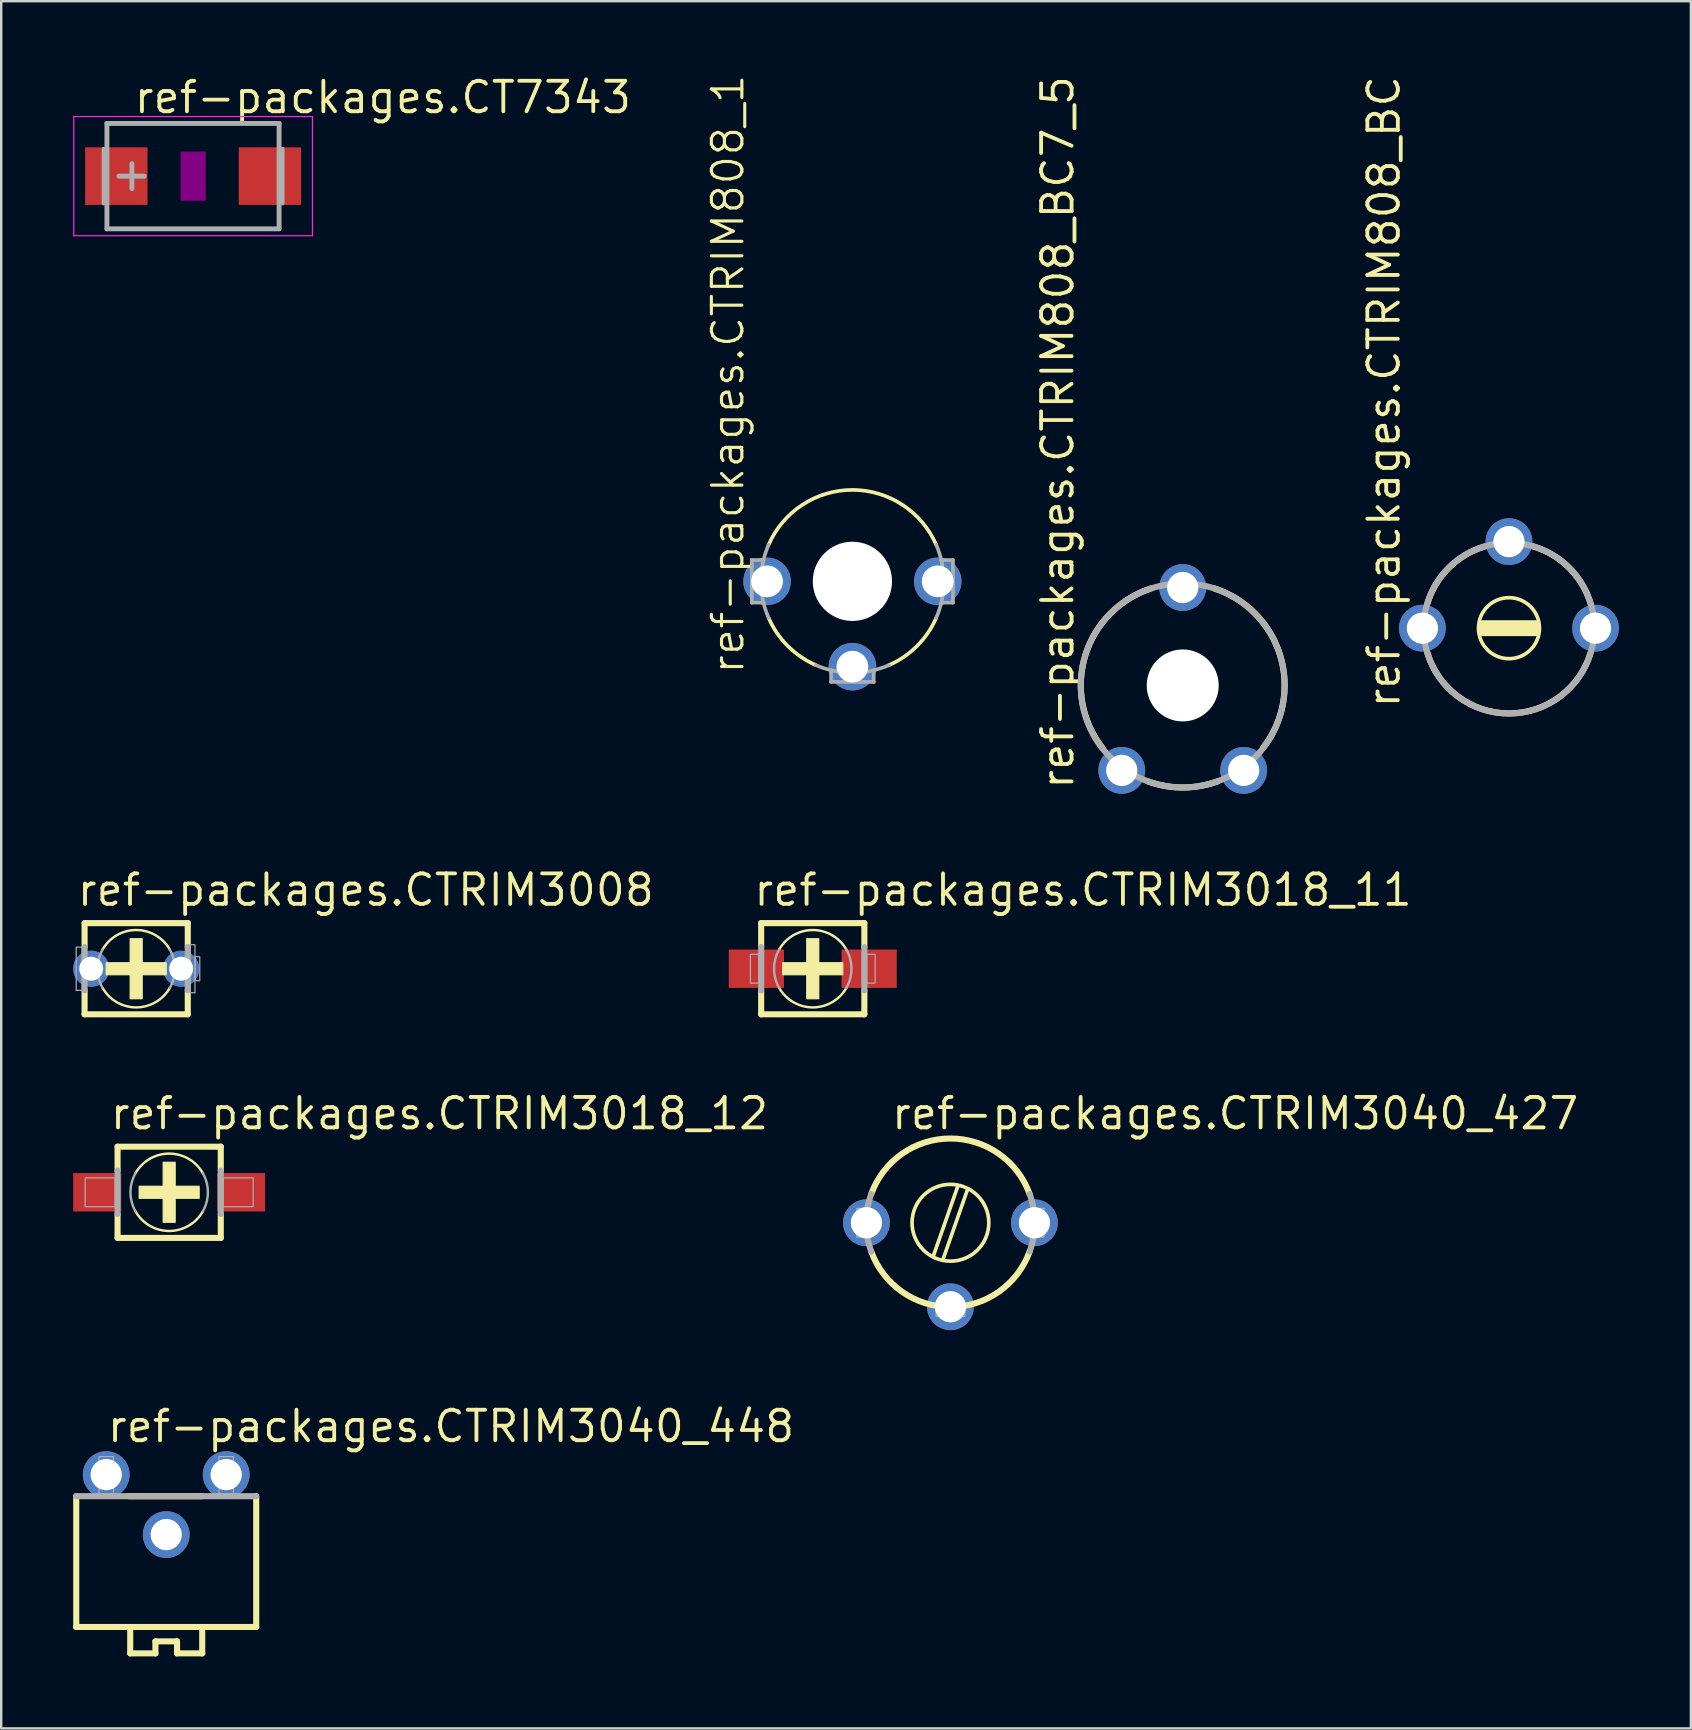
<source format=kicad_pcb>
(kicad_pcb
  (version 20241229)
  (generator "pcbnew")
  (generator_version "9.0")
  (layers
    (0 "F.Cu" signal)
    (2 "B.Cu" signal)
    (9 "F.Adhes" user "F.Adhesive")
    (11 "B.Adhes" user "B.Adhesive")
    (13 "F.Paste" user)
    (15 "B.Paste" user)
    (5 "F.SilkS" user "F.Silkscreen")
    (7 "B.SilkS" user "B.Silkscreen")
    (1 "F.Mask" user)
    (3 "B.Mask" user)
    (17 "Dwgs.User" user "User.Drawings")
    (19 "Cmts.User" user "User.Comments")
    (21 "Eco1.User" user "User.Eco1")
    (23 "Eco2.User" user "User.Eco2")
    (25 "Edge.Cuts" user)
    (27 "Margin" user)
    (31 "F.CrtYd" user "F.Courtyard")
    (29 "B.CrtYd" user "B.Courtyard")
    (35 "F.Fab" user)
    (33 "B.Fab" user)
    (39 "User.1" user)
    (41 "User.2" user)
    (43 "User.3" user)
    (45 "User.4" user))
  (footprint "ref-packages.CT7343"
    (layer "F.Cu")
    (at 4.998 4.29)
    (property "Reference" "ref-packages.CT7343" (at -2.54 -2.54 0) (layer "F.SilkS") (effects (font (size 1.27 1.27) (thickness 0.16)) (justify left bottom)))
    (attr smd)
    (fp_rect (start -0.5 1) (end 0.5 -1) (stroke (width 0.05) (type default)) (fill yes) (layer "F.Adhes"))
    (fp_line (start -4.973 -2.483) (end 4.973 -2.483) (stroke (width 0.051) (type default)) (layer "F.CrtYd"))
    (fp_line (start -4.973 2.483) (end -4.973 -2.483) (stroke (width 0.051) (type default)) (layer "F.CrtYd"))
    (fp_line (start 4.973 -2.483) (end 4.973 2.483) (stroke (width 0.051) (type default)) (layer "F.CrtYd"))
    (fp_line (start 4.973 2.483) (end -4.973 2.483) (stroke (width 0.051) (type default)) (layer "F.CrtYd"))
    (fp_line (start -3.734 -1.143) (end -3.734 1.143) (stroke (width 0.152) (type default)) (layer "F.Fab"))
    (fp_line (start -3.592 2.195) (end -3.592 -2.195) (stroke (width 0.203) (type default)) (layer "F.Fab"))
    (fp_line (start -2.55 -0.52) (end -2.55 0.52) (stroke (width 0.203) (type default)) (layer "F.Fab"))
    (fp_line (start -2.04 0) (end -3.09 0) (stroke (width 0.203) (type default)) (layer "F.Fab"))
    (fp_line (start 3.582 -2.195) (end -3.592 -2.195) (stroke (width 0.203) (type default)) (layer "F.Fab"))
    (fp_line (start 3.582 2.195) (end -3.592 2.195) (stroke (width 0.203) (type default)) (layer "F.Fab"))
    (fp_line (start 3.582 2.195) (end 3.582 -2.195) (stroke (width 0.203) (type default)) (layer "F.Fab"))
    (fp_line (start 3.734 -1.143) (end 3.734 1.143) (stroke (width 0.152) (type default)) (layer "F.Fab"))
    (pad "+" smd roundrect (at -3.2 0) (size 2.6 2.4) (layers "F.Cu" "F.Mask" "F.Paste") (roundrect_rratio 0.01))
    (pad "-" smd roundrect (at 3.2 0) (size 2.6 2.4) (layers "F.Cu" "F.Mask" "F.Paste") (roundrect_rratio 0.01)))
  (footprint "ref-packages.CTRIM3018_12"
    (layer "F.Cu")
    (at 4 46.636)
    (property "Reference" "ref-packages.CTRIM3018_12" (at -2.54 -2.54 0) (layer "F.SilkS") (effects (font (size 1.27 1.27) (thickness 0.16)) (justify left bottom)))
    (attr smd)
    (fp_line (start -2.15 -1.9) (end 2.15 -1.9) (stroke (width 0.254) (type default)) (layer "F.SilkS"))
    (fp_line (start -2.15 -0.9) (end -2.15 -1.9) (stroke (width 0.254) (type default)) (layer "F.SilkS"))
    (fp_line (start -2.15 1.9) (end -2.15 0.9) (stroke (width 0.254) (type default)) (layer "F.SilkS"))
    (fp_line (start 2.15 -1.9) (end 2.15 -0.9) (stroke (width 0.254) (type default)) (layer "F.SilkS"))
    (fp_line (start 2.15 0.9) (end 2.15 1.9) (stroke (width 0.254) (type default)) (layer "F.SilkS"))
    (fp_line (start 2.15 1.9) (end -2.15 1.9) (stroke (width 0.254) (type default)) (layer "F.SilkS"))
    (fp_rect (start -1.25 0.25) (end 1.25 -0.25) (stroke (width 0.05) (type default)) (fill yes) (layer "F.SilkS"))
    (fp_rect (start -0.25 1.25) (end 0.25 -1.25) (stroke (width 0.05) (type default)) (fill yes) (layer "F.SilkS"))
    (fp_arc (start -1.4 -0.8) (mid 0 -1.612452) (end 1.4 -0.8) (stroke (width 0.1016) (type default)) (layer "F.SilkS"))
    (fp_arc (start 1.4 0.8) (mid 0 1.612452) (end -1.4 0.8) (stroke (width 0.1016) (type default)) (layer "F.SilkS"))
    (fp_line (start -2.15 0.9) (end -2.15 -0.9) (stroke (width 0.254) (type default)) (layer "F.Fab"))
    (fp_line (start 2.15 -0.9) (end 2.15 0.9) (stroke (width 0.254) (type default)) (layer "F.Fab"))
    (fp_rect (start -3.5 0.6) (end -2.25 -0.6) (stroke (width 0.05) (type default)) (fill no) (layer "F.Fab"))
    (fp_rect (start 2.25 0.6) (end 3.5 -0.6) (stroke (width 0.05) (type default)) (fill no) (layer "F.Fab"))
    (fp_arc (start -1.4 0.8) (mid -1.612452 0) (end -1.4 -0.8) (stroke (width 0.1016) (type default)) (layer "F.Fab"))
    (fp_arc (start 1.4 -0.8) (mid 1.612452 0) (end 1.4 0.8) (stroke (width 0.1016) (type default)) (layer "F.Fab"))
    (pad "+" smd roundrect (at -3 0) (size 2 1.6) (layers "F.Cu" "F.Mask" "F.Paste") (roundrect_rratio 0.01))
    (pad "-" smd roundrect (at 3 0) (size 2 1.6) (layers "F.Cu" "F.Mask" "F.Paste") (roundrect_rratio 0.01)))
  (footprint "ref-packages.CTRIM3018_11"
    (layer "F.Cu")
    (at 30.82 37.319)
    (property "Reference" "ref-packages.CTRIM3018_11" (at -2.54 -2.54 0) (layer "F.SilkS") (effects (font (size 1.27 1.27) (thickness 0.16)) (justify left bottom)))
    (attr smd)
    (fp_line (start -2.15 -1.9) (end 2.15 -1.9) (stroke (width 0.254) (type default)) (layer "F.SilkS"))
    (fp_line (start -2.15 -0.9) (end -2.15 -1.9) (stroke (width 0.254) (type default)) (layer "F.SilkS"))
    (fp_line (start -2.15 1.9) (end -2.15 0.9) (stroke (width 0.254) (type default)) (layer "F.SilkS"))
    (fp_line (start 2.15 -1.9) (end 2.15 -0.9) (stroke (width 0.254) (type default)) (layer "F.SilkS"))
    (fp_line (start 2.15 0.9) (end 2.15 1.9) (stroke (width 0.254) (type default)) (layer "F.SilkS"))
    (fp_line (start 2.15 1.9) (end -2.15 1.9) (stroke (width 0.254) (type default)) (layer "F.SilkS"))
    (fp_rect (start -1.25 0.25) (end 1.25 -0.25) (stroke (width 0.05) (type default)) (fill yes) (layer "F.SilkS"))
    (fp_rect (start -0.25 1.25) (end 0.25 -1.25) (stroke (width 0.05) (type default)) (fill yes) (layer "F.SilkS"))
    (fp_arc (start -1.4 -0.8) (mid 0 -1.612452) (end 1.4 -0.8) (stroke (width 0.1016) (type default)) (layer "F.SilkS"))
    (fp_arc (start 1.4 0.8) (mid 0 1.612452) (end -1.4 0.8) (stroke (width 0.1016) (type default)) (layer "F.SilkS"))
    (fp_line (start -2.15 0.9) (end -2.15 -0.9) (stroke (width 0.254) (type default)) (layer "F.Fab"))
    (fp_line (start 2.15 -0.9) (end 2.15 0.9) (stroke (width 0.254) (type default)) (layer "F.Fab"))
    (fp_rect (start -2.6 0.6) (end -2.25 -0.6) (stroke (width 0.05) (type default)) (fill no) (layer "F.Fab"))
    (fp_rect (start 2.25 0.6) (end 2.6 -0.6) (stroke (width 0.05) (type default)) (fill no) (layer "F.Fab"))
    (fp_arc (start -1.4 0.8) (mid -1.612452 0) (end -1.4 -0.8) (stroke (width 0.1016) (type default)) (layer "F.Fab"))
    (fp_arc (start 1.4 -0.8) (mid 1.612452 0) (end 1.4 0.8) (stroke (width 0.1016) (type default)) (layer "F.Fab"))
    (pad "+" smd roundrect (at -2.35 0) (size 2.3 1.6) (layers "F.Cu" "F.Mask" "F.Paste") (roundrect_rratio 0.01))
    (pad "-" smd roundrect (at 2.35 0) (size 2.3 1.6) (layers "F.Cu" "F.Mask" "F.Paste") (roundrect_rratio 0.01)))
  (footprint "ref-packages.CTRIM808_1"
    (layer "F.Cu")
    (at 32.472 21.176)
    (property "Reference" "ref-packages.CTRIM808_1" (at -4.445 3.937 90) (layer "F.SilkS") (effects (font (size 1.27 1.27) (thickness 0.13)) (justify left bottom)))
    (attr through_hole)
    (fp_line (start -1.244 -0.254) (end 1.244 -0.254) (stroke (width 0.152) (type default)) (layer "F.SilkS"))
    (fp_line (start -1.244 0.254) (end 1.244 0.254) (stroke (width 0.152) (type default)) (layer "F.SilkS"))
    (fp_rect (start -1.27 0.254) (end 1.27 -0.254) (stroke (width 0.05) (type default)) (fill yes) (layer "F.SilkS"))
    (fp_arc (start -3.4925 -1.5227) (mid 0 -3.810009) (end 3.4925 -1.5227) (stroke (width 0.1524) (type default)) (layer "F.SilkS"))
    (fp_arc (start -1.5227 3.4925) (mid -2.694083 2.694083) (end -3.4925 1.5227) (stroke (width 0.1524) (type default)) (layer "F.SilkS"))
    (fp_arc (start 3.4925 1.5227) (mid 2.694083 2.694083) (end 1.5227 3.4925) (stroke (width 0.1524) (type default)) (layer "F.SilkS"))
    (fp_circle (center 0 0) (end 1.27 0) (stroke (width 0.152) (type default)) (fill no) (layer "F.SilkS"))
    (fp_line (start -4.191 -0.889) (end -4.191 0.889) (stroke (width 0.152) (type default)) (layer "F.Fab"))
    (fp_line (start -4.191 -0.889) (end -3.705 -0.889) (stroke (width 0.152) (type default)) (layer "F.Fab"))
    (fp_line (start -4.191 0.889) (end -3.705 0.889) (stroke (width 0.152) (type default)) (layer "F.Fab"))
    (fp_line (start -0.889 3.705) (end -0.889 4.191) (stroke (width 0.152) (type default)) (layer "F.Fab"))
    (fp_line (start 0.889 3.705) (end 0.889 4.191) (stroke (width 0.152) (type default)) (layer "F.Fab"))
    (fp_line (start 0.889 4.191) (end -0.889 4.191) (stroke (width 0.152) (type default)) (layer "F.Fab"))
    (fp_line (start 3.705 -0.889) (end 4.191 -0.889) (stroke (width 0.152) (type default)) (layer "F.Fab"))
    (fp_line (start 3.705 0.889) (end 4.191 0.889) (stroke (width 0.152) (type default)) (layer "F.Fab"))
    (fp_line (start 4.191 -0.889) (end 4.191 0.889) (stroke (width 0.152) (type default)) (layer "F.Fab"))
    (fp_arc (start -3.4925 1.5227) (mid -3.810009 0) (end -3.4925 -1.5227) (stroke (width 0.1524) (type default)) (layer "F.Fab"))
    (fp_arc (start 1.5227 3.4925) (mid 0 3.810009) (end -1.5227 3.4925) (stroke (width 0.1524) (type default)) (layer "F.Fab"))
    (fp_arc (start 3.4925 -1.5227) (mid 3.810009 0) (end 3.4925 1.5227) (stroke (width 0.1524) (type default)) (layer "F.Fab"))
    (pad "" np_thru_hole circle (at 0 0) (size 3.302 3.302) (drill 3.302) (layers "*.Cu" "*.Mask"))
    (pad "1" thru_hole circle (at -3.556 0) (size 1.981 1.981) (drill 1.321) (layers "*.Cu" "*.Mask"))
    (pad "2" thru_hole circle (at 0 3.556) (size 1.981 1.981) (drill 1.321) (layers "*.Cu" "*.Mask"))
    (pad "3" thru_hole circle (at 3.556 0) (size 1.981 1.981) (drill 1.321) (layers "*.Cu" "*.Mask")))
  (footprint "ref-packages.CTRIM3040_427"
    (layer "F.Cu")
    (at 36.557 47.906)
    (property "Reference" "ref-packages.CTRIM3040_427" (at -2.54 -3.81 0) (layer "F.SilkS") (effects (font (size 1.27 1.27) (thickness 0.16)) (justify left bottom)))
    (attr through_hole)
    (fp_line (start -0.3 1.5) (end 0.7 -1.35) (stroke (width 0.152) (type default)) (layer "F.SilkS"))
    (fp_line (start 0.3 -1.5) (end -0.7 1.35) (stroke (width 0.152) (type default)) (layer "F.SilkS"))
    (fp_arc (start -3.3 -1.2) (mid 0 -3.51141) (end 3.3 -1.2) (stroke (width 0.254) (type default)) (layer "F.SilkS"))
    (fp_arc (start 3.3 1.2) (mid 0 3.51141) (end -3.3 1.2) (stroke (width 0.254) (type default)) (layer "F.SilkS"))
    (fp_circle (center 0 0) (end 1.6 0) (stroke (width 0.152) (type default)) (fill no) (layer "F.SilkS"))
    (fp_rect (start -3.9 0.6) (end -3.5 -0.6) (stroke (width 0.05) (type default)) (fill no) (layer "F.Fab"))
    (fp_rect (start -0.6 3.9) (end 0.6 3.5) (stroke (width 0.05) (type default)) (fill no) (layer "F.Fab"))
    (fp_rect (start 3.5 0.6) (end 3.9 -0.6) (stroke (width 0.05) (type default)) (fill no) (layer "F.Fab"))
    (fp_arc (start -3.3 1.2) (mid -3.51141 0) (end -3.3 -1.2) (stroke (width 0.254) (type default)) (layer "F.Fab"))
    (fp_arc (start 3.3 -1.2) (mid 3.51141 0) (end 3.3 1.2) (stroke (width 0.254) (type default)) (layer "F.Fab"))
    (pad "1A" thru_hole circle (at -3.5 0) (size 1.95 1.95) (drill 1.3) (layers "*.Cu" "*.Mask"))
    (pad "1B" thru_hole circle (at 3.5 0) (size 1.95 1.95) (drill 1.3) (layers "*.Cu" "*.Mask"))
    (pad "2" thru_hole circle (at 0 3.5) (size 1.95 1.95) (drill 1.3) (layers "*.Cu" "*.Mask")))
  (footprint "ref-packages.CTRIM808_BC"
    (layer "F.Cu")
    (at 59.833 23.128)
    (property "Reference" "ref-packages.CTRIM808_BC" (at -4.468 3.406 90) (layer "F.SilkS") (effects (font (size 1.27 1.27) (thickness 0.16)) (justify left bottom)))
    (attr through_hole)
    (fp_rect (start -1.219 0.305) (end 1.219 -0.305) (stroke (width 0.05) (type default)) (fill yes) (layer "F.SilkS"))
    (fp_arc (start -3.4036 -1.016) (mid -2.511648 -2.511648) (end -1.016 -3.4036) (stroke (width 0.254) (type default)) (layer "F.SilkS"))
    (fp_arc (start 1.016 -3.4036) (mid 2.511648 -2.511648) (end 3.4036 -1.016) (stroke (width 0.254) (type default)) (layer "F.SilkS"))
    (fp_arc (start 3.4036 1.016) (mid 0 3.552006) (end -3.4036 1.016) (stroke (width 0.254) (type default)) (layer "F.SilkS"))
    (fp_circle (center 0 0) (end 1.271 0) (stroke (width 0.152) (type default)) (fill no) (layer "F.SilkS"))
    (fp_circle (center 0 0) (end 3.556 0) (stroke (width 0.254) (type default)) (fill no) (layer "F.Fab"))
    (pad "1" thru_hole circle (at -3.607 0) (size 1.95 1.95) (drill 1.3) (layers "*.Cu" "*.Mask"))
    (pad "2" thru_hole circle (at 0 -3.607) (size 1.95 1.95) (drill 1.3) (layers "*.Cu" "*.Mask"))
    (pad "3" thru_hole circle (at 3.607 0) (size 1.95 1.95) (drill 1.3) (layers "*.Cu" "*.Mask")))
  (footprint "ref-packages.CTRIM3040_448"
    (layer "F.Cu")
    (at 3.877 62.211)
    (property "Reference" "ref-packages.CTRIM3040_448" (at -2.54 -5.08 0) (layer "F.SilkS") (effects (font (size 1.27 1.27) (thickness 0.16)) (justify left bottom)))
    (attr through_hole)
    (fp_line (start -3.75 2.54) (end -3.75 -2.91) (stroke (width 0.254) (type default)) (layer "F.SilkS"))
    (fp_line (start -1.55 -2.91) (end 1.5 -2.91) (stroke (width 0.254) (type default)) (layer "F.SilkS"))
    (fp_line (start -1.5 2.64) (end -1.5 3.64) (stroke (width 0.254) (type default)) (layer "F.SilkS"))
    (fp_line (start -1.5 3.64) (end -0.45 3.64) (stroke (width 0.254) (type default)) (layer "F.SilkS"))
    (fp_line (start -0.45 3.14) (end 0.45 3.14) (stroke (width 0.254) (type default)) (layer "F.SilkS"))
    (fp_line (start -0.45 3.64) (end -0.45 3.14) (stroke (width 0.254) (type default)) (layer "F.SilkS"))
    (fp_line (start 0.45 3.14) (end 0.45 3.64) (stroke (width 0.254) (type default)) (layer "F.SilkS"))
    (fp_line (start 0.45 3.64) (end 1.5 3.64) (stroke (width 0.254) (type default)) (layer "F.SilkS"))
    (fp_line (start 1.5 3.64) (end 1.5 2.64) (stroke (width 0.254) (type default)) (layer "F.SilkS"))
    (fp_line (start 3.75 -2.91) (end 3.75 2.54) (stroke (width 0.254) (type default)) (layer "F.SilkS"))
    (fp_line (start 3.75 2.54) (end -3.75 2.54) (stroke (width 0.254) (type default)) (layer "F.SilkS"))
    (fp_line (start -3.75 -2.91) (end 3.75 -2.91) (stroke (width 0.254) (type default)) (layer "F.Fab"))
    (fp_rect (start -2.8 -3.01) (end -2.2 -4.56) (stroke (width 0.05) (type default)) (fill no) (layer "F.Fab"))
    (fp_rect (start 2.2 -3.01) (end 2.8 -4.56) (stroke (width 0.05) (type default)) (fill no) (layer "F.Fab"))
    (pad "1A" thru_hole circle (at -2.5 -3.81) (size 1.95 1.95) (drill 1.3) (layers "*.Cu" "*.Mask"))
    (pad "1B" thru_hole circle (at 2.5 -3.81) (size 1.95 1.95) (drill 1.3) (layers "*.Cu" "*.Mask"))
    (pad "2" thru_hole circle (at 0 -1.31) (size 1.95 1.95) (drill 1.3) (layers "*.Cu" "*.Mask")))
  (footprint "ref-packages.CTRIM808_BC7_5"
    (layer "F.Cu")
    (at 46.237 26.514)
    (property "Reference" "ref-packages.CTRIM808_BC7_5" (at -4.468 3.406 90) (layer "F.SilkS") (effects (font (size 1.27 1.27) (thickness 0.16)) (justify left bottom)))
    (attr through_hole)
    (fp_rect (start -1.219 -0.695) (end 1.219 -1.305) (stroke (width 0.05) (type default)) (fill yes) (layer "F.SilkS"))
    (fp_arc (start -3.35 1.6) (mid -4.057247 -2.259001) (end -1.3 -5.05) (stroke (width 0.254) (type default)) (layer "F.SilkS"))
    (fp_arc (start 1.3 -5.05) (mid 4.057247 -2.259001) (end 3.35 1.6) (stroke (width 0.254) (type default)) (layer "F.SilkS"))
    (fp_arc (start 1.45 3) (mid 0 3.254703) (end -1.45 3) (stroke (width 0.254) (type default)) (layer "F.SilkS"))
    (fp_circle (center 0 -1) (end 1.271 -1) (stroke (width 0.152) (type default)) (fill no) (layer "F.SilkS"))
    (fp_circle (center 0 -1) (end 4.25 -1) (stroke (width 0.254) (type default)) (fill no) (layer "F.Fab"))
    (pad "" np_thru_hole circle (at 0 -1) (size 3 3) (drill 3) (layers "*.Cu" "*.Mask"))
    (pad "1" thru_hole circle (at -2.54 2.54) (size 1.95 1.95) (drill 1.3) (layers "*.Cu" "*.Mask"))
    (pad "2" thru_hole circle (at 0 -5.08) (size 1.95 1.95) (drill 1.3) (layers "*.Cu" "*.Mask"))
    (pad "3" thru_hole circle (at 2.54 2.54) (size 1.95 1.95) (drill 1.3) (layers "*.Cu" "*.Mask")))
  (footprint "ref-packages.CTRIM3008"
    (layer "F.Cu")
    (at 2.625 37.319)
    (property "Reference" "ref-packages.CTRIM3008" (at -2.54 -2.54 0) (layer "F.SilkS") (effects (font (size 1.27 1.27) (thickness 0.16)) (justify left bottom)))
    (attr through_hole)
    (fp_line (start -2.15 -1.9) (end 2.15 -1.9) (stroke (width 0.254) (type default)) (layer "F.SilkS"))
    (fp_line (start -2.15 -0.9) (end -2.15 -1.9) (stroke (width 0.254) (type default)) (layer "F.SilkS"))
    (fp_line (start -2.15 1.9) (end -2.15 0.9) (stroke (width 0.254) (type default)) (layer "F.SilkS"))
    (fp_line (start 2.15 -1.9) (end 2.15 -0.9) (stroke (width 0.254) (type default)) (layer "F.SilkS"))
    (fp_line (start 2.15 0.9) (end 2.15 1.9) (stroke (width 0.254) (type default)) (layer "F.SilkS"))
    (fp_line (start 2.15 1.9) (end -2.15 1.9) (stroke (width 0.254) (type default)) (layer "F.SilkS"))
    (fp_rect (start -1.25 0.25) (end 1.25 -0.25) (stroke (width 0.05) (type default)) (fill yes) (layer "F.SilkS"))
    (fp_rect (start -0.25 1.25) (end 0.25 -1.25) (stroke (width 0.05) (type default)) (fill yes) (layer "F.SilkS"))
    (fp_arc (start -1.4 -0.8) (mid 0 -1.612452) (end 1.4 -0.8) (stroke (width 0.1016) (type default)) (layer "F.SilkS"))
    (fp_arc (start 1.4 0.8) (mid 0 1.612452) (end -1.4 0.8) (stroke (width 0.1016) (type default)) (layer "F.SilkS"))
    (fp_line (start -2.15 0.9) (end -2.15 -0.9) (stroke (width 0.254) (type default)) (layer "F.Fab"))
    (fp_line (start 2.15 -0.9) (end 2.15 0.9) (stroke (width 0.254) (type default)) (layer "F.Fab"))
    (fp_rect (start -2.5 0.9) (end -2.25 -0.9) (stroke (width 0.05) (type default)) (fill no) (layer "F.Fab"))
    (fp_rect (start 2.25 1) (end 2.45 -1) (stroke (width 0.05) (type default)) (fill no) (layer "F.Fab"))
    (fp_rect (start 2.45 0.5) (end 2.65 -0.5) (stroke (width 0.05) (type default)) (fill no) (layer "F.Fab"))
    (fp_arc (start -1.4 0.8) (mid -1.612452 0) (end -1.4 -0.8) (stroke (width 0.1016) (type default)) (layer "F.Fab"))
    (fp_arc (start 1.4 -0.8) (mid 1.612452 0) (end 1.4 0.8) (stroke (width 0.1016) (type default)) (layer "F.Fab"))
    (pad "+" thru_hole circle (at -1.875 0) (size 1.5 1.5) (drill 1) (layers "*.Cu" "*.Mask"))
    (pad "-" thru_hole circle (at 1.875 0) (size 1.5 1.5) (drill 1) (layers "*.Cu" "*.Mask")))
  (gr_rect
    (start -3 -3)
    (end 67.414 68.978)
    (stroke (width 0.1) (type default))
    (fill no)
    (layer "Edge.Cuts")))
</source>
